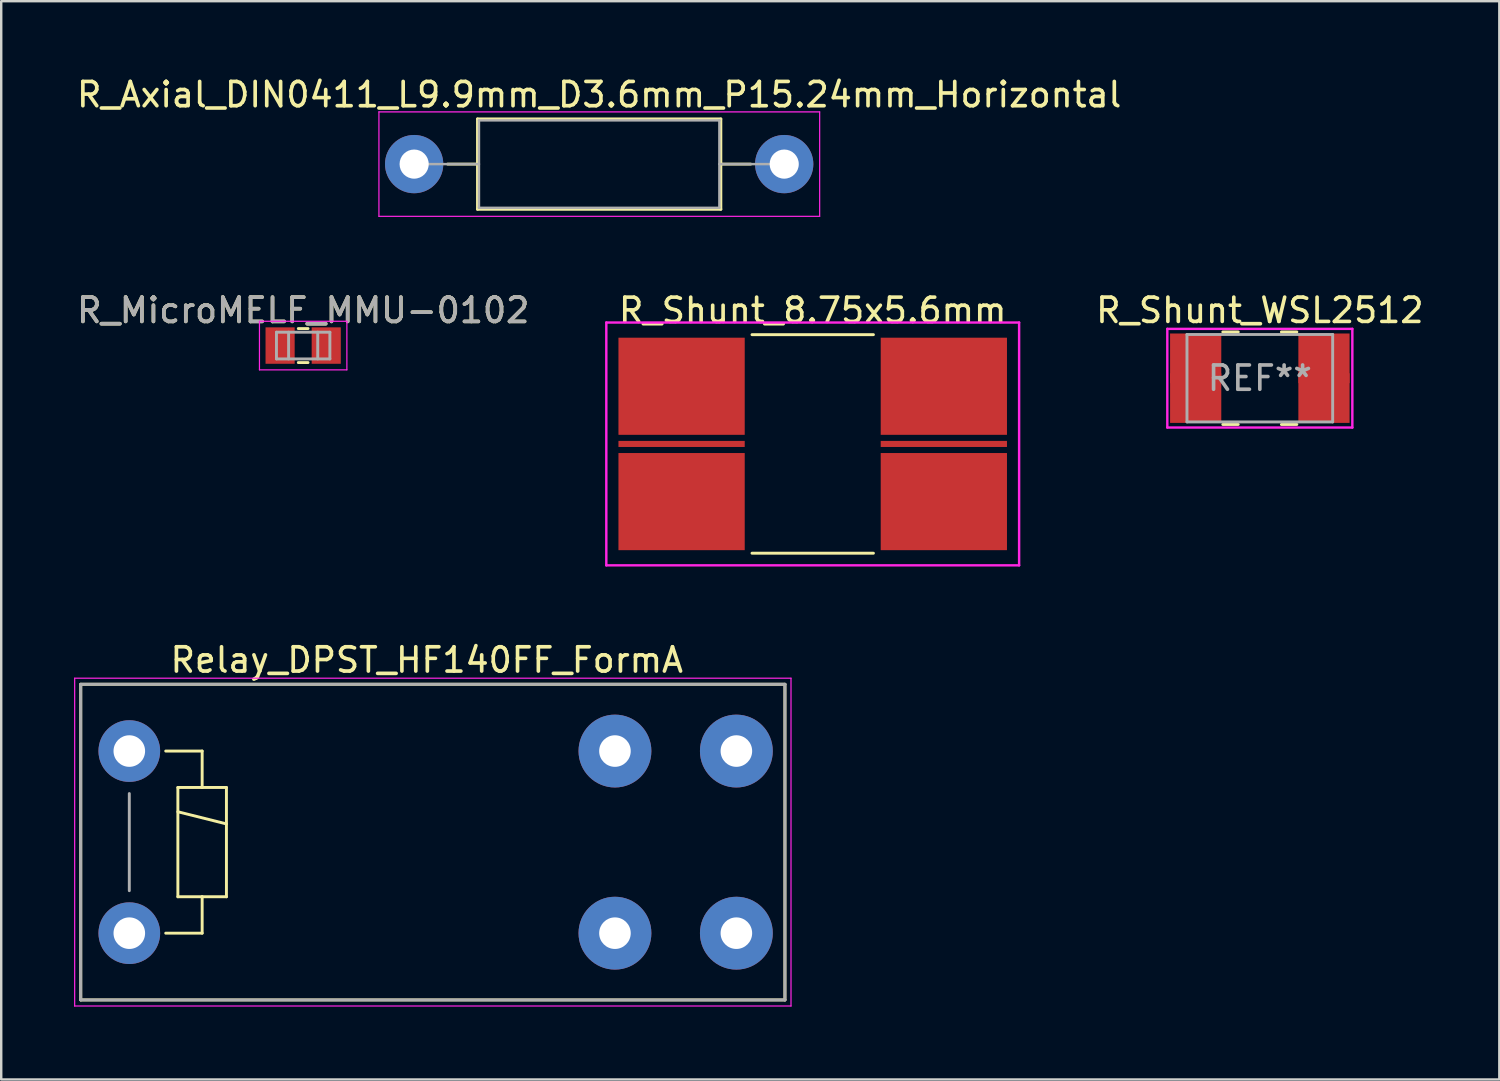
<source format=kicad_pcb>
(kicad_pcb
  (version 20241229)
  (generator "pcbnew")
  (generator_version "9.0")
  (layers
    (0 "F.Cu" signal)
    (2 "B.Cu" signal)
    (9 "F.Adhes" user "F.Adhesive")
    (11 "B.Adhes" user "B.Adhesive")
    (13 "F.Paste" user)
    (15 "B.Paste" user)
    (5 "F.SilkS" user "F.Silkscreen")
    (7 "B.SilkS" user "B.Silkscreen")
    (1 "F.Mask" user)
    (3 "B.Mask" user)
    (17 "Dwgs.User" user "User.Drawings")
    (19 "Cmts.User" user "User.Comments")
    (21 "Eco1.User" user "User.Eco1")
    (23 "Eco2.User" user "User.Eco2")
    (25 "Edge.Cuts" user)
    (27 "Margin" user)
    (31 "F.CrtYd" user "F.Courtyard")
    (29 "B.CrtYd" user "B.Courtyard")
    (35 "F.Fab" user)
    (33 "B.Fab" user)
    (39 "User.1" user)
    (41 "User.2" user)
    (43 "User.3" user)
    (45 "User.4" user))
  (footprint "R_MicroMELF_MMU-0102"
    (layer "F.Cu")
    (at 9.435 11.181)
    (property "Reference" "R_MicroMELF_MMU-0102" (at 0 -1.45 0) (layer "F.SilkS") (effects (font (size 1 1) (thickness 0.15))))
    (attr smd)
    (fp_line (start -0.2 -0.7) (end 0.2 -0.7) (stroke (width 0.12) (type solid)) (layer "F.SilkS"))
    (fp_line (start 0.2 0.7) (end -0.2 0.7) (stroke (width 0.12) (type solid)) (layer "F.SilkS"))
    (fp_line (start -1.8 -1) (end -1.8 1) (stroke (width 0.05) (type solid)) (layer "F.CrtYd"))
    (fp_line (start -1.8 -1) (end 1.8 -1) (stroke (width 0.05) (type solid)) (layer "F.CrtYd"))
    (fp_line (start 1.8 1) (end -1.8 1) (stroke (width 0.05) (type solid)) (layer "F.CrtYd"))
    (fp_line (start 1.8 1) (end 1.8 -1) (stroke (width 0.05) (type solid)) (layer "F.CrtYd"))
    (fp_line (start -1.1 -0.55) (end 1.1 -0.55) (stroke (width 0.12) (type solid)) (layer "F.Fab"))
    (fp_line (start -1.1 0.55) (end -1.1 -0.55) (stroke (width 0.12) (type solid)) (layer "F.Fab"))
    (fp_line (start -0.6 -0.55) (end -0.6 0.55) (stroke (width 0.12) (type solid)) (layer "F.Fab"))
    (fp_line (start 0.6 -0.55) (end 0.6 0.55) (stroke (width 0.12) (type solid)) (layer "F.Fab"))
    (fp_line (start 1.1 -0.55) (end 1.1 0.55) (stroke (width 0.12) (type solid)) (layer "F.Fab"))
    (fp_line (start 1.1 0.55) (end -1.1 0.55) (stroke (width 0.12) (type solid)) (layer "F.Fab"))
    (fp_text user "${REFERENCE}" (at 0 -1.45 0) (layer "F.Fab") (effects (font (size 1 1) (thickness 0.15))))
    (pad "1" smd rect (at -0.95 0) (size 1.2 1.5) (layers "F.Cu" "F.Mask" "F.Paste"))
    (pad "2" smd rect (at 0.95 0) (size 1.2 1.5) (layers "F.Cu" "F.Mask" "F.Paste")))
  (footprint "R_Shunt_8.75x5.6mm"
    (layer "F.Cu")
    (at 30.419 15.232)
    (property "Reference" "R_Shunt_8.75x5.6mm" (at 0 -5.5 0) (layer "F.SilkS") (effects (font (size 1 1) (thickness 0.15))))
    (attr through_hole)
    (fp_line (start -2.5 -4.5) (end 2.5 -4.5) (stroke (width 0.12) (type solid)) (layer "F.SilkS"))
    (fp_line (start 2.5 4.5) (end -2.5 4.5) (stroke (width 0.12) (type solid)) (layer "F.SilkS"))
    (fp_line (start -8.5 -5) (end 8.5 -5) (stroke (width 0.1) (type solid)) (layer "F.CrtYd"))
    (fp_line (start -8.5 5) (end -8.5 -5) (stroke (width 0.1) (type solid)) (layer "F.CrtYd"))
    (fp_line (start 8.5 -5) (end 8.5 5) (stroke (width 0.1) (type solid)) (layer "F.CrtYd"))
    (fp_line (start 8.5 5) (end -8.5 5) (stroke (width 0.1) (type solid)) (layer "F.CrtYd"))
    (pad "1" smd rect (at -5.4 -2.375) (size 5.2 4) (layers "F.Cu" "F.Mask" "F.Paste"))
    (pad "1" smd rect (at -5.4 2.375) (size 5.2 4) (layers "F.Cu" "F.Mask" "F.Paste"))
    (pad "2" smd rect (at -5.4 0) (size 5.2 0.25) (layers "F.Cu" "F.Mask" "F.Paste"))
    (pad "3" smd rect (at 5.4 0) (size 5.2 0.25) (layers "F.Cu" "F.Mask" "F.Paste"))
    (pad "4" smd rect (at 5.4 -2.375) (size 5.2 4) (layers "F.Cu" "F.Mask" "F.Paste"))
    (pad "4" smd rect (at 5.4 2.375) (size 5.2 4) (layers "F.Cu" "F.Mask" "F.Paste")))
  (footprint "Relay_DPST_HF140FF_FormA"
    (layer "F.Cu")
    (at 2.275 27.88)
    (property "Reference" "Relay_DPST_HF140FF_FormA" (at 12.25 -3.75 0) (layer "F.SilkS") (effects (font (size 1 1) (thickness 0.15))))
    (attr through_hole)
    (fp_line (start -2 -2.75) (end -2 10.25) (stroke (width 0.12) (type solid)) (layer "F.SilkS"))
    (fp_line (start -2 10.25) (end 27 10.25) (stroke (width 0.12) (type solid)) (layer "F.SilkS"))
    (fp_line (start 1.5 0) (end 3 0) (stroke (width 0.12) (type solid)) (layer "F.SilkS"))
    (fp_line (start 1.5 7.5) (end 3 7.5) (stroke (width 0.12) (type solid)) (layer "F.SilkS"))
    (fp_line (start 2 1.5) (end 2 6) (stroke (width 0.12) (type solid)) (layer "F.SilkS"))
    (fp_line (start 2 2.5) (end 4 3) (stroke (width 0.12) (type solid)) (layer "F.SilkS"))
    (fp_line (start 2 6) (end 3 6) (stroke (width 0.12) (type solid)) (layer "F.SilkS"))
    (fp_line (start 3 0) (end 3 1.5) (stroke (width 0.12) (type solid)) (layer "F.SilkS"))
    (fp_line (start 3 1.5) (end 2 1.5) (stroke (width 0.12) (type solid)) (layer "F.SilkS"))
    (fp_line (start 3 6) (end 4 6) (stroke (width 0.12) (type solid)) (layer "F.SilkS"))
    (fp_line (start 3 7.5) (end 3 6) (stroke (width 0.12) (type solid)) (layer "F.SilkS"))
    (fp_line (start 4 1.5) (end 3 1.5) (stroke (width 0.12) (type solid)) (layer "F.SilkS"))
    (fp_line (start 4 6) (end 4 1.5) (stroke (width 0.12) (type solid)) (layer "F.SilkS"))
    (fp_line (start 27 -2.75) (end -2 -2.75) (stroke (width 0.12) (type solid)) (layer "F.SilkS"))
    (fp_line (start 27 10.25) (end 27 -2.75) (stroke (width 0.12) (type solid)) (layer "F.SilkS"))
    (fp_line (start -2.25 -3) (end 27.25 -3) (stroke (width 0.05) (type solid)) (layer "F.CrtYd"))
    (fp_line (start -2.25 10.5) (end -2.25 -3) (stroke (width 0.05) (type solid)) (layer "F.CrtYd"))
    (fp_line (start 27.25 -3) (end 27.25 10.5) (stroke (width 0.05) (type solid)) (layer "F.CrtYd"))
    (fp_line (start 27.25 10.5) (end -2.25 10.5) (stroke (width 0.05) (type solid)) (layer "F.CrtYd"))
    (fp_line (start -2 -2.75) (end 27 -2.75) (stroke (width 0.12) (type solid)) (layer "F.Fab"))
    (fp_line (start -2 10.25) (end -2 -2.75) (stroke (width 0.12) (type solid)) (layer "F.Fab"))
    (fp_line (start 0 1.75) (end 0 5.75) (stroke (width 0.12) (type solid)) (layer "F.Fab"))
    (fp_line (start 27 -2.75) (end 27 10.25) (stroke (width 0.12) (type solid)) (layer "F.Fab"))
    (fp_line (start 27 10.25) (end -2 10.25) (stroke (width 0.12) (type solid)) (layer "F.Fab"))
    (pad "11" thru_hole circle (at 20 0) (size 3 3) (drill 1.3) (layers "*.Cu" "*.Mask"))
    (pad "14" thru_hole circle (at 25 0) (size 3 3) (drill 1.3) (layers "*.Cu" "*.Mask"))
    (pad "21" thru_hole circle (at 20 7.5) (size 3 3) (drill 1.3) (layers "*.Cu" "*.Mask"))
    (pad "24" thru_hole circle (at 25 7.5) (size 3 3) (drill 1.3) (layers "*.Cu" "*.Mask"))
    (pad "A1" thru_hole circle (at 0 0) (size 2.54 2.54) (drill 1.3) (layers "*.Cu" "*.Mask"))
    (pad "A2" thru_hole circle (at 0 7.5) (size 2.54 2.54) (drill 1.3) (layers "*.Cu" "*.Mask")))
  (footprint "R_Axial_DIN0411_L9.9mm_D3.6mm_P15.24mm_Horizontal"
    (layer "F.Cu")
    (at 14.005 3.708)
    (property "Reference" "R_Axial_DIN0411_L9.9mm_D3.6mm_P15.24mm_Horizontal" (at 7.62 -2.86 0) (layer "F.SilkS") (effects (font (size 1 1) (thickness 0.15))))
    (attr through_hole)
    (fp_line (start 1.38 0) (end 2.61 0) (stroke (width 0.12) (type solid)) (layer "F.SilkS"))
    (fp_line (start 2.61 -1.86) (end 2.61 1.86) (stroke (width 0.12) (type solid)) (layer "F.SilkS"))
    (fp_line (start 2.61 1.86) (end 12.63 1.86) (stroke (width 0.12) (type solid)) (layer "F.SilkS"))
    (fp_line (start 12.63 -1.86) (end 2.61 -1.86) (stroke (width 0.12) (type solid)) (layer "F.SilkS"))
    (fp_line (start 12.63 1.86) (end 12.63 -1.86) (stroke (width 0.12) (type solid)) (layer "F.SilkS"))
    (fp_line (start 13.86 0) (end 12.63 0) (stroke (width 0.12) (type solid)) (layer "F.SilkS"))
    (fp_line (start -1.45 -2.15) (end -1.45 2.15) (stroke (width 0.05) (type solid)) (layer "F.CrtYd"))
    (fp_line (start -1.45 2.15) (end 16.7 2.15) (stroke (width 0.05) (type solid)) (layer "F.CrtYd"))
    (fp_line (start 16.7 -2.15) (end -1.45 -2.15) (stroke (width 0.05) (type solid)) (layer "F.CrtYd"))
    (fp_line (start 16.7 2.15) (end 16.7 -2.15) (stroke (width 0.05) (type solid)) (layer "F.CrtYd"))
    (fp_line (start 0 0) (end 2.67 0) (stroke (width 0.1) (type solid)) (layer "F.Fab"))
    (fp_line (start 2.67 -1.8) (end 2.67 1.8) (stroke (width 0.1) (type solid)) (layer "F.Fab"))
    (fp_line (start 2.67 1.8) (end 12.57 1.8) (stroke (width 0.1) (type solid)) (layer "F.Fab"))
    (fp_line (start 12.57 -1.8) (end 2.67 -1.8) (stroke (width 0.1) (type solid)) (layer "F.Fab"))
    (fp_line (start 12.57 1.8) (end 12.57 -1.8) (stroke (width 0.1) (type solid)) (layer "F.Fab"))
    (fp_line (start 15.24 0) (end 12.57 0) (stroke (width 0.1) (type solid)) (layer "F.Fab"))
    (pad "1" thru_hole circle (at 0 0) (size 2.4 2.4) (drill 1.2) (layers "*.Cu" "*.Mask"))
    (pad "2" thru_hole oval (at 15.24 0) (size 2.4 2.4) (drill 1.2) (layers "*.Cu" "*.Mask")))
  (footprint "R_Shunt_WSL2512"
    (layer "F.Cu")
    (at 48.832 12.525)
    (property "Reference" "R_Shunt_WSL2512" (at 0 -2.794 0) (layer "F.SilkS") (effects (font (size 1 1) (thickness 0.15))))
    (attr through_hole)
    (fp_poly (pts (xy -1.587 1.841) (xy -3.696 1.841) (xy -3.696 -1.841) (xy -1.587 -1.841)) (stroke (width 0) (type solid)) (fill yes) (layer "F.Cu"))
    (fp_poly (pts (xy 3.696 1.841) (xy 1.587 1.841) (xy 1.587 -1.841) (xy 3.696 -1.841)) (stroke (width 0) (type solid)) (fill yes) (layer "F.Cu"))
    (fp_poly (pts (xy -1.587 1.841) (xy -3.696 1.841) (xy -3.696 -1.841) (xy -1.587 -1.841)) (stroke (width 0.025) (type solid)) (fill yes) (layer "F.Mask"))
    (fp_poly (pts (xy 3.696 1.841) (xy 1.587 1.841) (xy 1.587 -1.841) (xy 3.696 -1.841)) (stroke (width 0.025) (type solid)) (fill yes) (layer "F.Mask"))
    (fp_line (start -1.524 -1.905) (end -0.889 -1.905) (stroke (width 0.12) (type solid)) (layer "F.SilkS"))
    (fp_line (start -1.524 1.905) (end -0.889 1.905) (stroke (width 0.12) (type solid)) (layer "F.SilkS"))
    (fp_line (start 1.524 -1.905) (end 0.889 -1.905) (stroke (width 0.12) (type solid)) (layer "F.SilkS"))
    (fp_line (start 1.524 1.905) (end 0.889 1.905) (stroke (width 0.12) (type solid)) (layer "F.SilkS"))
    (fp_poly (pts (xy -1.587 1.841) (xy -3.696 1.841) (xy -3.696 -1.841) (xy -1.587 -1.841)) (stroke (width 0) (type solid)) (fill yes) (layer "F.Paste"))
    (fp_poly (pts (xy 3.696 1.841) (xy 1.587 1.841) (xy 1.587 -1.841) (xy 3.696 -1.841)) (stroke (width 0) (type solid)) (fill yes) (layer "F.Paste"))
    (fp_line (start -3.81 -2.032) (end 3.81 -2.032) (stroke (width 0.1) (type solid)) (layer "F.CrtYd"))
    (fp_line (start -3.81 2.032) (end -3.81 -2.032) (stroke (width 0.1) (type solid)) (layer "F.CrtYd"))
    (fp_line (start 3.81 -2.032) (end 3.81 2.032) (stroke (width 0.1) (type solid)) (layer "F.CrtYd"))
    (fp_line (start 3.81 2.032) (end -3.81 2.032) (stroke (width 0.1) (type solid)) (layer "F.CrtYd"))
    (fp_line (start -3 -1.8) (end 3 -1.8) (stroke (width 0.12) (type solid)) (layer "F.Fab"))
    (fp_line (start -3 1.8) (end -3 -1.8) (stroke (width 0.12) (type solid)) (layer "F.Fab"))
    (fp_line (start 3 -1.8) (end 3 1.8) (stroke (width 0.12) (type solid)) (layer "F.Fab"))
    (fp_line (start 3 1.8) (end -3 1.8) (stroke (width 0.12) (type solid)) (layer "F.Fab"))
    (fp_text user "REF**" (at 0 0 0) (layer "F.Fab") (effects (font (size 1 1) (thickness 0.15))))
    (pad "1" smd rect (at -3.493 0) (size 0.406 0.406) (layers "F.Cu"))
    (pad "1" smd rect (at -2.642 -1.638) (size 0.406 0.406) (layers "F.Cu"))
    (pad "1" smd rect (at -2.642 1.638) (size 0.406 0.406) (layers "F.Cu"))
    (pad "2" smd rect (at -1.791 0) (size 0.406 0.406) (layers "F.Cu"))
    (pad "3" smd rect (at 1.791 0) (size 0.406 0.406) (layers "F.Cu"))
    (pad "4" smd rect (at 2.642 -1.638) (size 0.406 0.406) (layers "F.Cu"))
    (pad "4" smd rect (at 2.642 1.638) (size 0.406 0.406) (layers "F.Cu"))
    (pad "4" smd rect (at 3.493 0) (size 0.406 0.406) (layers "F.Cu")))
  (gr_rect
    (start -3 -3)
    (end 58.695 41.405)
    (stroke (width 0.1) (type default))
    (fill no)
    (layer "Edge.Cuts")))
</source>
